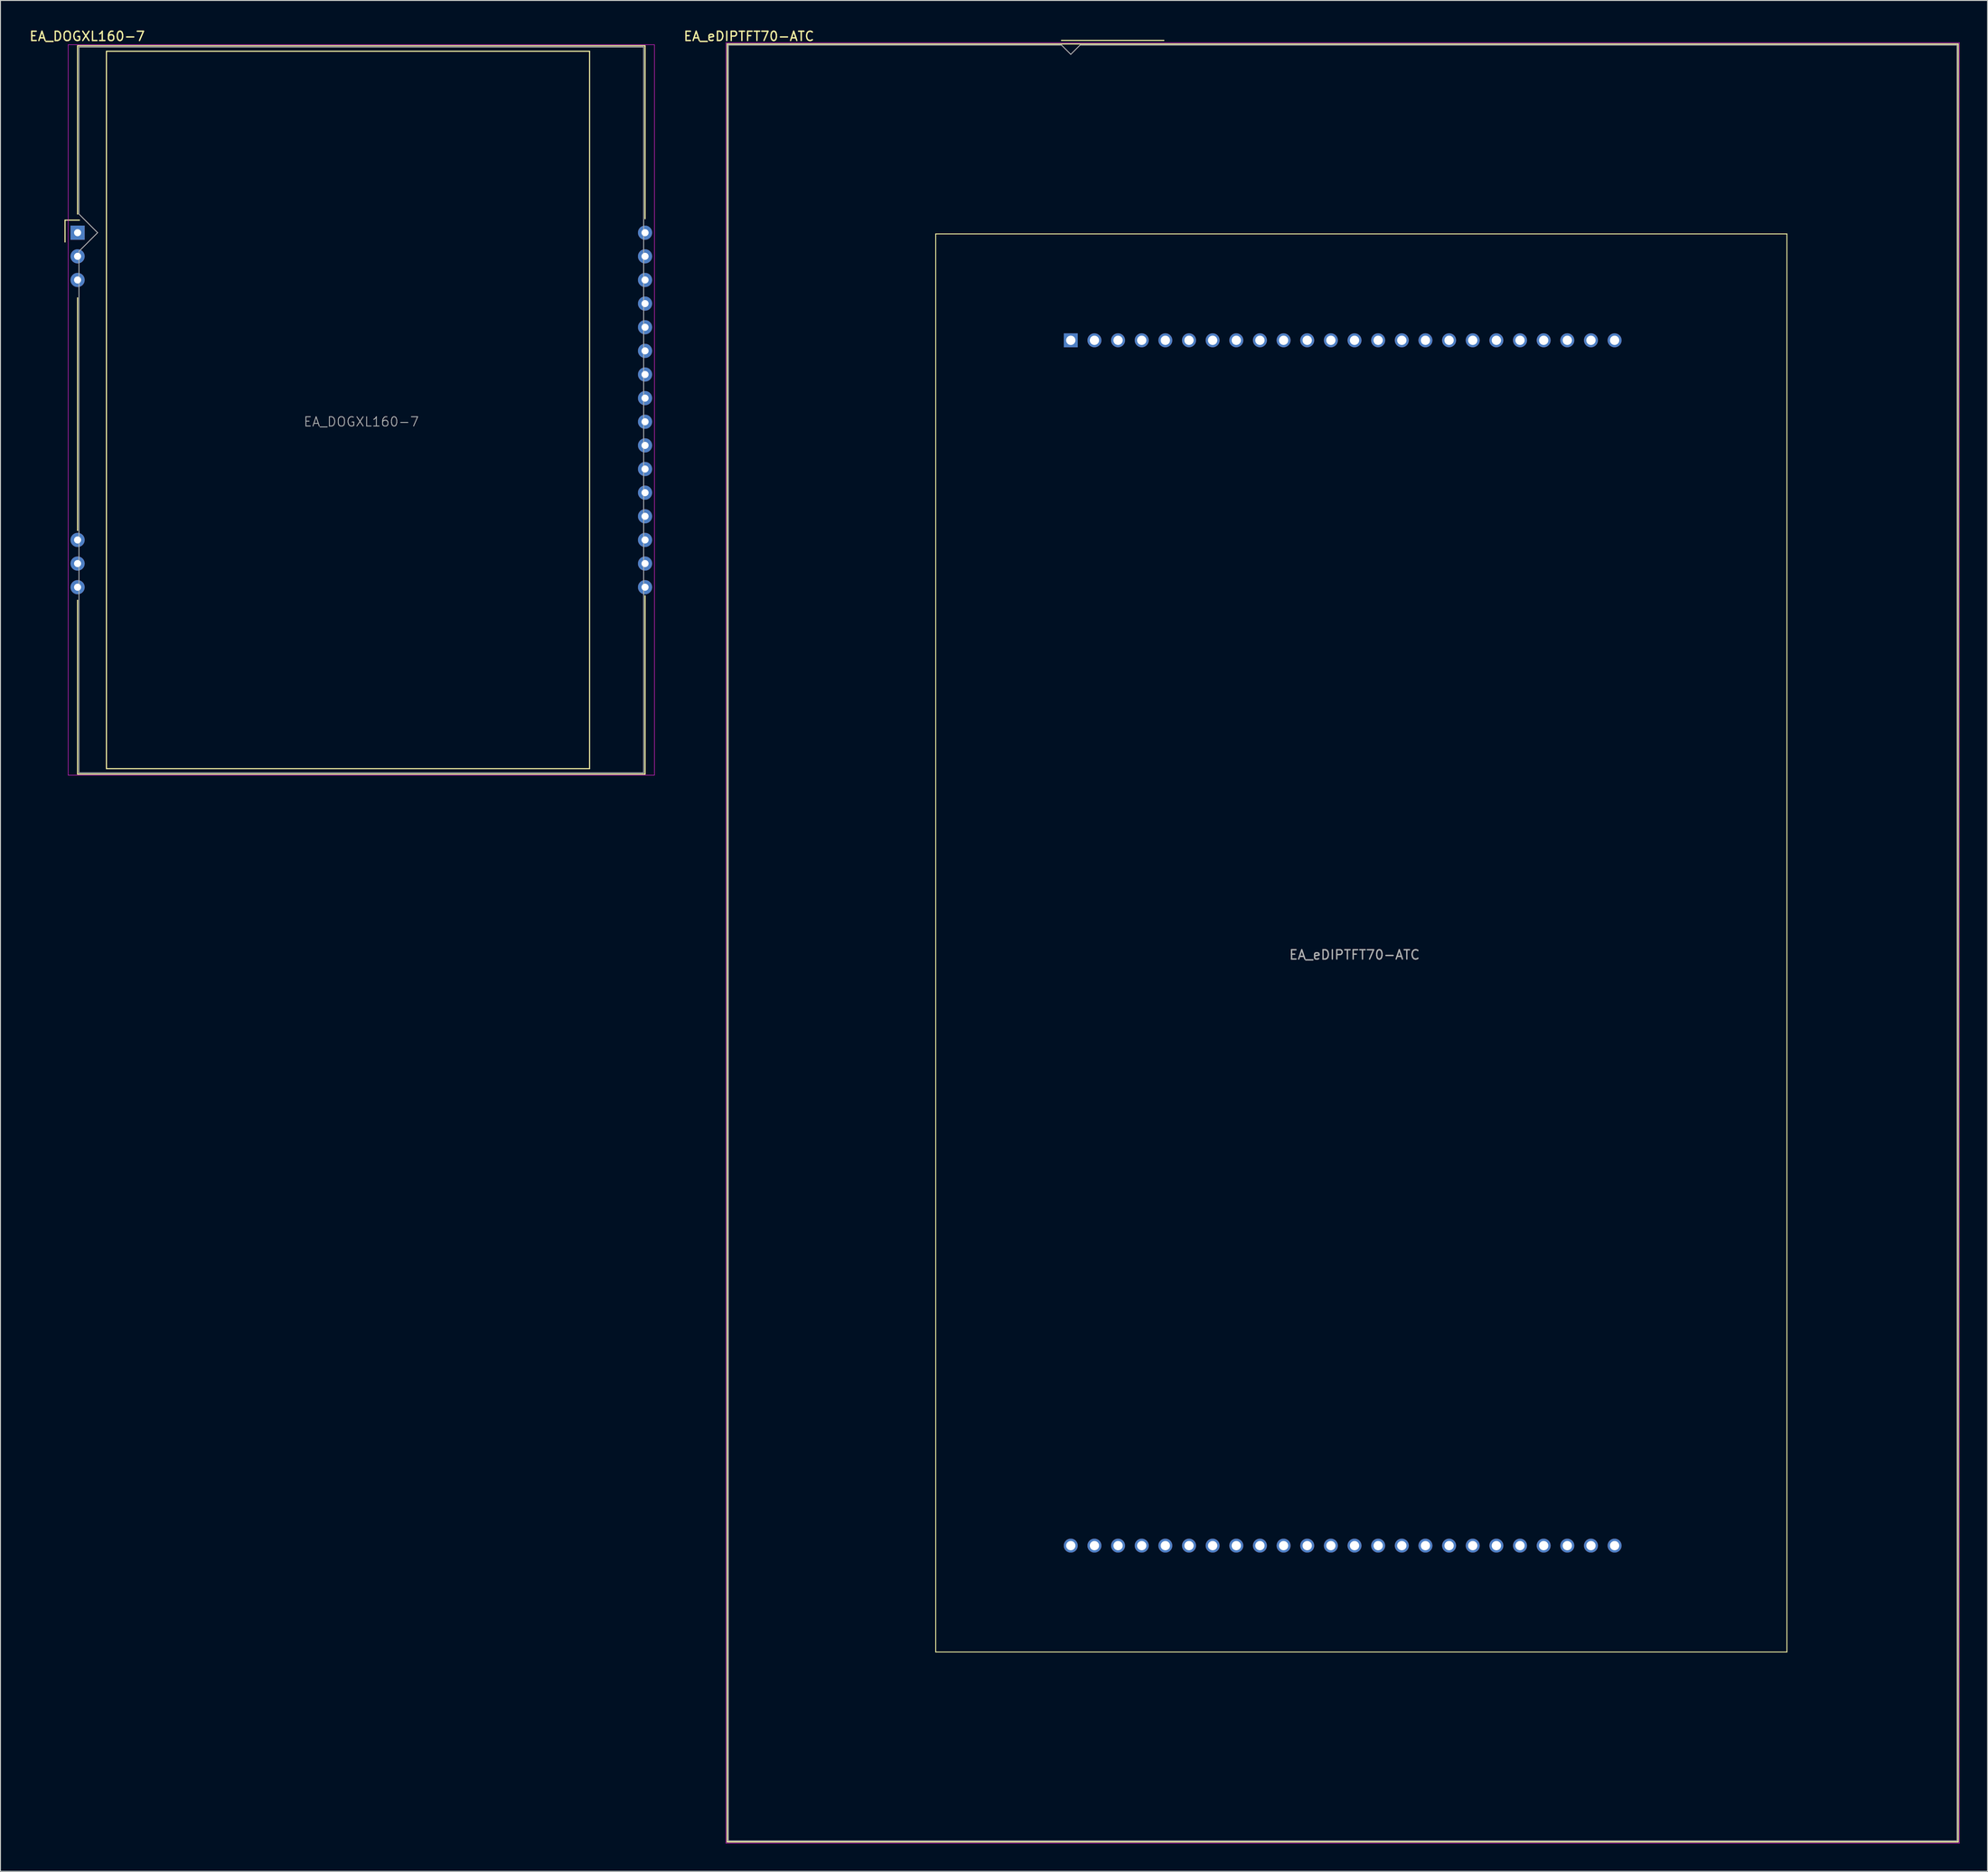
<source format=kicad_pcb>
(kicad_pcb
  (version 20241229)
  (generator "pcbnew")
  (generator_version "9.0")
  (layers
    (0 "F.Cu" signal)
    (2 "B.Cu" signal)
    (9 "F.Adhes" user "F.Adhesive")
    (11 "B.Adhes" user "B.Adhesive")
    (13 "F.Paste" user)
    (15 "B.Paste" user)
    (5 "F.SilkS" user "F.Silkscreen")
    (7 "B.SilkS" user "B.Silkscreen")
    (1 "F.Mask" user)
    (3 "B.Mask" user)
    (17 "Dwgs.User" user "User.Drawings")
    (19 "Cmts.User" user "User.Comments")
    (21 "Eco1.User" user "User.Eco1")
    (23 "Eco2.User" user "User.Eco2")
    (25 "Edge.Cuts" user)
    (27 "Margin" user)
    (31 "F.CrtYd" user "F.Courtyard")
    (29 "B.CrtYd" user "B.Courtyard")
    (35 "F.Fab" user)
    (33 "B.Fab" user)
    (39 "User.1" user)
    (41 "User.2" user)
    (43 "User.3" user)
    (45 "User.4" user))
  (footprint "EA_DOGXL160-7"
    (layer "F.Cu")
    (at 5.285 21.958)
    (property "Reference" "EA_DOGXL160-7" (at 1.03 -21.11 0) (layer "F.SilkS") (effects (font (size 1 1) (thickness 0.15))))
    (attr through_hole)
    (fp_line (start -1.35 -1.35) (end -1.35 1) (stroke (width 0.12) (type solid)) (layer "F.SilkS"))
    (fp_line (start 0 -20.09) (end 0 -2) (stroke (width 0.12) (type solid)) (layer "F.SilkS"))
    (fp_line (start 0 7) (end 0 32) (stroke (width 0.12) (type solid)) (layer "F.SilkS"))
    (fp_line (start 0 39.5) (end 0 58.19) (stroke (width 0.12) (type solid)) (layer "F.SilkS"))
    (fp_line (start 0 58.19) (end 60.96 58.19) (stroke (width 0.12) (type solid)) (layer "F.SilkS"))
    (fp_line (start 0.2 -1.35) (end -1.35 -1.35) (stroke (width 0.12) (type solid)) (layer "F.SilkS"))
    (fp_line (start 3.1 -19.5) (end 3.1 57.6) (stroke (width 0.12) (type solid)) (layer "F.SilkS"))
    (fp_line (start 3.1 57.6) (end 55 57.6) (stroke (width 0.12) (type solid)) (layer "F.SilkS"))
    (fp_line (start 55 -19.5) (end 3.1 -19.5) (stroke (width 0.12) (type solid)) (layer "F.SilkS"))
    (fp_line (start 55 57.6) (end 55 -19.5) (stroke (width 0.12) (type solid)) (layer "F.SilkS"))
    (fp_line (start 60.96 -20.09) (end 0 -20.09) (stroke (width 0.12) (type solid)) (layer "F.SilkS"))
    (fp_line (start 60.96 -1.5) (end 60.96 -20.08) (stroke (width 0.12) (type solid)) (layer "F.SilkS"))
    (fp_line (start 60.96 58.19) (end 60.96 39.02) (stroke (width 0.12) (type solid)) (layer "F.SilkS"))
    (fp_line (start -1.01 -20.2) (end 61.97 -20.2) (stroke (width 0.05) (type solid)) (layer "F.CrtYd"))
    (fp_line (start -1.01 58.3) (end -1.01 -20.2) (stroke (width 0.05) (type solid)) (layer "F.CrtYd"))
    (fp_line (start 61.97 -20.2) (end 61.97 58.3) (stroke (width 0.05) (type solid)) (layer "F.CrtYd"))
    (fp_line (start 61.97 58.3) (end -1.01 58.3) (stroke (width 0.05) (type solid)) (layer "F.CrtYd"))
    (fp_line (start 0.15 -19.95) (end 60.81 -19.95) (stroke (width 0.1) (type solid)) (layer "F.Fab"))
    (fp_line (start 0.15 -2) (end 0.15 -19.95) (stroke (width 0.1) (type solid)) (layer "F.Fab"))
    (fp_line (start 0.15 -2) (end 2.15 0) (stroke (width 0.1) (type solid)) (layer "F.Fab"))
    (fp_line (start 0.15 2) (end 0.15 58.05) (stroke (width 0.1) (type solid)) (layer "F.Fab"))
    (fp_line (start 2.15 0) (end 0.15 2) (stroke (width 0.1) (type solid)) (layer "F.Fab"))
    (fp_line (start 60.81 -19.95) (end 60.81 58.05) (stroke (width 0.1) (type solid)) (layer "F.Fab"))
    (fp_line (start 60.81 58.05) (end 0.15 58.05) (stroke (width 0.1) (type solid)) (layer "F.Fab"))
    (fp_text user "${REFERENCE}" (at 30.48 20.32 0) (layer "F.Fab") (effects (font (size 1 1) (thickness 0.1))))
    (pad "1" thru_hole rect (at 0 0) (size 1.524 1.524) (drill 0.762) (layers "*.Cu" "*.Mask"))
    (pad "2" thru_hole circle (at 0 2.54) (size 1.524 1.524) (drill 0.762) (layers "*.Cu" "*.Mask"))
    (pad "3" thru_hole circle (at 0 5.08) (size 1.524 1.524) (drill 0.762) (layers "*.Cu" "*.Mask"))
    (pad "14" thru_hole circle (at 0 33.02) (size 1.524 1.524) (drill 0.762) (layers "*.Cu" "*.Mask"))
    (pad "15" thru_hole circle (at 0 35.56) (size 1.524 1.524) (drill 0.762) (layers "*.Cu" "*.Mask"))
    (pad "16" thru_hole circle (at 0 38.1) (size 1.524 1.524) (drill 0.762) (layers "*.Cu" "*.Mask"))
    (pad "17" thru_hole circle (at 60.96 38.1) (size 1.524 1.524) (drill 0.762) (layers "*.Cu" "*.Mask"))
    (pad "18" thru_hole circle (at 60.96 35.56) (size 1.524 1.524) (drill 0.762) (layers "*.Cu" "*.Mask"))
    (pad "19" thru_hole circle (at 60.96 33.02) (size 1.524 1.524) (drill 0.762) (layers "*.Cu" "*.Mask"))
    (pad "20" thru_hole circle (at 60.96 30.48) (size 1.524 1.524) (drill 0.762) (layers "*.Cu" "*.Mask"))
    (pad "21" thru_hole circle (at 60.96 27.94) (size 1.524 1.524) (drill 0.762) (layers "*.Cu" "*.Mask"))
    (pad "22" thru_hole circle (at 60.96 25.4) (size 1.524 1.524) (drill 0.762) (layers "*.Cu" "*.Mask"))
    (pad "23" thru_hole circle (at 60.96 22.86) (size 1.524 1.524) (drill 0.762) (layers "*.Cu" "*.Mask"))
    (pad "24" thru_hole circle (at 60.96 20.32) (size 1.524 1.524) (drill 0.762) (layers "*.Cu" "*.Mask"))
    (pad "25" thru_hole circle (at 60.96 17.78) (size 1.524 1.524) (drill 0.762) (layers "*.Cu" "*.Mask"))
    (pad "26" thru_hole circle (at 60.96 15.24) (size 1.524 1.524) (drill 0.762) (layers "*.Cu" "*.Mask"))
    (pad "27" thru_hole circle (at 60.96 12.7) (size 1.524 1.524) (drill 0.762) (layers "*.Cu" "*.Mask"))
    (pad "28" thru_hole circle (at 60.96 10.16) (size 1.524 1.524) (drill 0.762) (layers "*.Cu" "*.Mask"))
    (pad "29" thru_hole circle (at 60.96 7.62) (size 1.524 1.524) (drill 0.762) (layers "*.Cu" "*.Mask"))
    (pad "30" thru_hole circle (at 60.96 5.08) (size 1.524 1.524) (drill 0.762) (layers "*.Cu" "*.Mask"))
    (pad "31" thru_hole circle (at 60.96 2.54) (size 1.524 1.524) (drill 0.762) (layers "*.Cu" "*.Mask"))
    (pad "32" thru_hole circle (at 60.96 0) (size 1.524 1.524) (drill 0.762) (layers "*.Cu" "*.Mask")))
  (footprint "EA_eDIPTFT70-ATC"
    (layer "F.Cu")
    (at 111.98 33.523)
    (property "Reference" "EA_eDIPTFT70-ATC" (at -34.575 -32.675 0) (layer "F.SilkS") (effects (font (size 1 1) (thickness 0.15))))
    (attr through_hole)
    (fp_line (start -36.91 -31.85) (end 95.33 -31.85) (stroke (width 0.12) (type solid)) (layer "F.SilkS"))
    (fp_line (start -36.91 161.39) (end -36.91 -31.85) (stroke (width 0.12) (type solid)) (layer "F.SilkS"))
    (fp_line (start -14.51 -11.43) (end -14.51 140.97) (stroke (width 0.1) (type solid)) (layer "F.SilkS"))
    (fp_line (start -14.51 140.97) (end 76.93 140.97) (stroke (width 0.1) (type solid)) (layer "F.SilkS"))
    (fp_line (start -1 -32.23) (end 10 -32.23) (stroke (width 0.12) (type solid)) (layer "F.SilkS"))
    (fp_line (start 76.93 -11.43) (end -14.51 -11.43) (stroke (width 0.1) (type solid)) (layer "F.SilkS"))
    (fp_line (start 76.93 140.97) (end 76.93 -11.43) (stroke (width 0.1) (type solid)) (layer "F.SilkS"))
    (fp_line (start 95.33 -31.85) (end 95.33 161.39) (stroke (width 0.12) (type solid)) (layer "F.SilkS"))
    (fp_line (start 95.33 161.39) (end -36.91 161.39) (stroke (width 0.12) (type solid)) (layer "F.SilkS"))
    (fp_line (start -37.04 -31.98) (end 95.46 -31.98) (stroke (width 0.05) (type solid)) (layer "F.CrtYd"))
    (fp_line (start -37.04 161.52) (end -37.04 -31.98) (stroke (width 0.05) (type solid)) (layer "F.CrtYd"))
    (fp_line (start 95.46 -31.98) (end 95.46 161.52) (stroke (width 0.05) (type solid)) (layer "F.CrtYd"))
    (fp_line (start 95.46 161.52) (end -37.04 161.52) (stroke (width 0.05) (type solid)) (layer "F.CrtYd"))
    (fp_line (start -36.79 -31.73) (end -1 -31.73) (stroke (width 0.1) (type solid)) (layer "F.Fab"))
    (fp_line (start -36.79 161.27) (end -36.79 -31.73) (stroke (width 0.1) (type solid)) (layer "F.Fab"))
    (fp_line (start -1 -31.73) (end 0 -30.73) (stroke (width 0.1) (type solid)) (layer "F.Fab"))
    (fp_line (start 0 -30.73) (end 1 -31.73) (stroke (width 0.1) (type solid)) (layer "F.Fab"))
    (fp_line (start 1 -31.73) (end 95.21 -31.73) (stroke (width 0.1) (type solid)) (layer "F.Fab"))
    (fp_line (start 95.21 -31.73) (end 95.21 161.27) (stroke (width 0.1) (type solid)) (layer "F.Fab"))
    (fp_line (start 95.21 161.27) (end -36.79 161.27) (stroke (width 0.1) (type solid)) (layer "F.Fab"))
    (fp_text user "${REFERENCE}" (at 30.48 66.04 0) (layer "F.Fab") (effects (font (size 1 1) (thickness 0.15))))
    (pad "1" thru_hole rect (at 0 0) (size 1.5 1.5) (drill 1) (layers "*.Cu" "*.Mask"))
    (pad "2" thru_hole circle (at 2.54 0) (size 1.5 1.5) (drill 1) (layers "*.Cu" "*.Mask"))
    (pad "3" thru_hole circle (at 5.08 0) (size 1.5 1.5) (drill 1) (layers "*.Cu" "*.Mask"))
    (pad "4" thru_hole circle (at 7.62 0) (size 1.5 1.5) (drill 1) (layers "*.Cu" "*.Mask"))
    (pad "5" thru_hole circle (at 10.16 0) (size 1.5 1.5) (drill 1) (layers "*.Cu" "*.Mask"))
    (pad "6" thru_hole circle (at 12.7 0) (size 1.5 1.5) (drill 1) (layers "*.Cu" "*.Mask"))
    (pad "7" thru_hole circle (at 15.24 0) (size 1.5 1.5) (drill 1) (layers "*.Cu" "*.Mask"))
    (pad "8" thru_hole circle (at 17.78 0) (size 1.5 1.5) (drill 1) (layers "*.Cu" "*.Mask"))
    (pad "9" thru_hole circle (at 20.32 0) (size 1.5 1.5) (drill 1) (layers "*.Cu" "*.Mask"))
    (pad "10" thru_hole circle (at 22.86 0) (size 1.5 1.5) (drill 1) (layers "*.Cu" "*.Mask"))
    (pad "11" thru_hole circle (at 25.4 0) (size 1.5 1.5) (drill 1) (layers "*.Cu" "*.Mask"))
    (pad "12" thru_hole circle (at 27.94 0) (size 1.5 1.5) (drill 1) (layers "*.Cu" "*.Mask"))
    (pad "13" thru_hole circle (at 30.48 0) (size 1.5 1.5) (drill 1) (layers "*.Cu" "*.Mask"))
    (pad "14" thru_hole circle (at 33.02 0) (size 1.5 1.5) (drill 1) (layers "*.Cu" "*.Mask"))
    (pad "15" thru_hole circle (at 35.56 0) (size 1.5 1.5) (drill 1) (layers "*.Cu" "*.Mask"))
    (pad "16" thru_hole circle (at 38.1 0) (size 1.5 1.5) (drill 1) (layers "*.Cu" "*.Mask"))
    (pad "17" thru_hole circle (at 40.64 0) (size 1.5 1.5) (drill 1) (layers "*.Cu" "*.Mask"))
    (pad "18" thru_hole circle (at 43.18 0) (size 1.5 1.5) (drill 1) (layers "*.Cu" "*.Mask"))
    (pad "19" thru_hole circle (at 45.72 0) (size 1.5 1.5) (drill 1) (layers "*.Cu" "*.Mask"))
    (pad "20" thru_hole circle (at 48.26 0) (size 1.5 1.5) (drill 1) (layers "*.Cu" "*.Mask"))
    (pad "21" thru_hole circle (at 50.8 0) (size 1.5 1.5) (drill 1) (layers "*.Cu" "*.Mask"))
    (pad "22" thru_hole circle (at 53.34 0) (size 1.5 1.5) (drill 1) (layers "*.Cu" "*.Mask"))
    (pad "23" thru_hole circle (at 55.88 0) (size 1.5 1.5) (drill 1) (layers "*.Cu" "*.Mask"))
    (pad "24" thru_hole circle (at 58.42 0) (size 1.5 1.5) (drill 1) (layers "*.Cu" "*.Mask"))
    (pad "25" thru_hole circle (at 58.42 129.54) (size 1.5 1.5) (drill 1) (layers "*.Cu" "*.Mask"))
    (pad "26" thru_hole circle (at 55.88 129.54) (size 1.5 1.5) (drill 1) (layers "*.Cu" "*.Mask"))
    (pad "27" thru_hole circle (at 53.34 129.54) (size 1.5 1.5) (drill 1) (layers "*.Cu" "*.Mask"))
    (pad "28" thru_hole circle (at 50.8 129.54) (size 1.5 1.5) (drill 1) (layers "*.Cu" "*.Mask"))
    (pad "29" thru_hole circle (at 48.26 129.54) (size 1.5 1.5) (drill 1) (layers "*.Cu" "*.Mask"))
    (pad "30" thru_hole circle (at 45.72 129.54) (size 1.5 1.5) (drill 1) (layers "*.Cu" "*.Mask"))
    (pad "31" thru_hole circle (at 43.18 129.54) (size 1.5 1.5) (drill 1) (layers "*.Cu" "*.Mask"))
    (pad "32" thru_hole circle (at 40.64 129.54) (size 1.5 1.5) (drill 1) (layers "*.Cu" "*.Mask"))
    (pad "33" thru_hole circle (at 38.1 129.54) (size 1.5 1.5) (drill 1) (layers "*.Cu" "*.Mask"))
    (pad "34" thru_hole circle (at 35.56 129.54) (size 1.5 1.5) (drill 1) (layers "*.Cu" "*.Mask"))
    (pad "35" thru_hole circle (at 33.02 129.54) (size 1.5 1.5) (drill 1) (layers "*.Cu" "*.Mask"))
    (pad "36" thru_hole circle (at 30.48 129.54) (size 1.5 1.5) (drill 1) (layers "*.Cu" "*.Mask"))
    (pad "37" thru_hole circle (at 27.94 129.54) (size 1.5 1.5) (drill 1) (layers "*.Cu" "*.Mask"))
    (pad "38" thru_hole circle (at 25.4 129.54) (size 1.5 1.5) (drill 1) (layers "*.Cu" "*.Mask"))
    (pad "39" thru_hole circle (at 22.86 129.54) (size 1.5 1.5) (drill 1) (layers "*.Cu" "*.Mask"))
    (pad "40" thru_hole circle (at 20.32 129.54) (size 1.5 1.5) (drill 1) (layers "*.Cu" "*.Mask"))
    (pad "41" thru_hole circle (at 17.78 129.54) (size 1.5 1.5) (drill 1) (layers "*.Cu" "*.Mask"))
    (pad "42" thru_hole circle (at 15.24 129.54) (size 1.5 1.5) (drill 1) (layers "*.Cu" "*.Mask"))
    (pad "43" thru_hole circle (at 12.7 129.54) (size 1.5 1.5) (drill 1) (layers "*.Cu" "*.Mask"))
    (pad "44" thru_hole circle (at 10.16 129.54) (size 1.5 1.5) (drill 1) (layers "*.Cu" "*.Mask"))
    (pad "45" thru_hole circle (at 7.62 129.54) (size 1.5 1.5) (drill 1) (layers "*.Cu" "*.Mask"))
    (pad "46" thru_hole circle (at 5.08 129.54) (size 1.5 1.5) (drill 1) (layers "*.Cu" "*.Mask"))
    (pad "47" thru_hole circle (at 2.54 129.54) (size 1.5 1.5) (drill 1) (layers "*.Cu" "*.Mask"))
    (pad "48" thru_hole circle (at 0 129.54) (size 1.5 1.5) (drill 1) (layers "*.Cu" "*.Mask")))
  (gr_rect
    (start -3 -3)
    (end 210.465 198.068)
    (stroke (width 0.1) (type default))
    (fill no)
    (layer "Edge.Cuts")))
</source>
